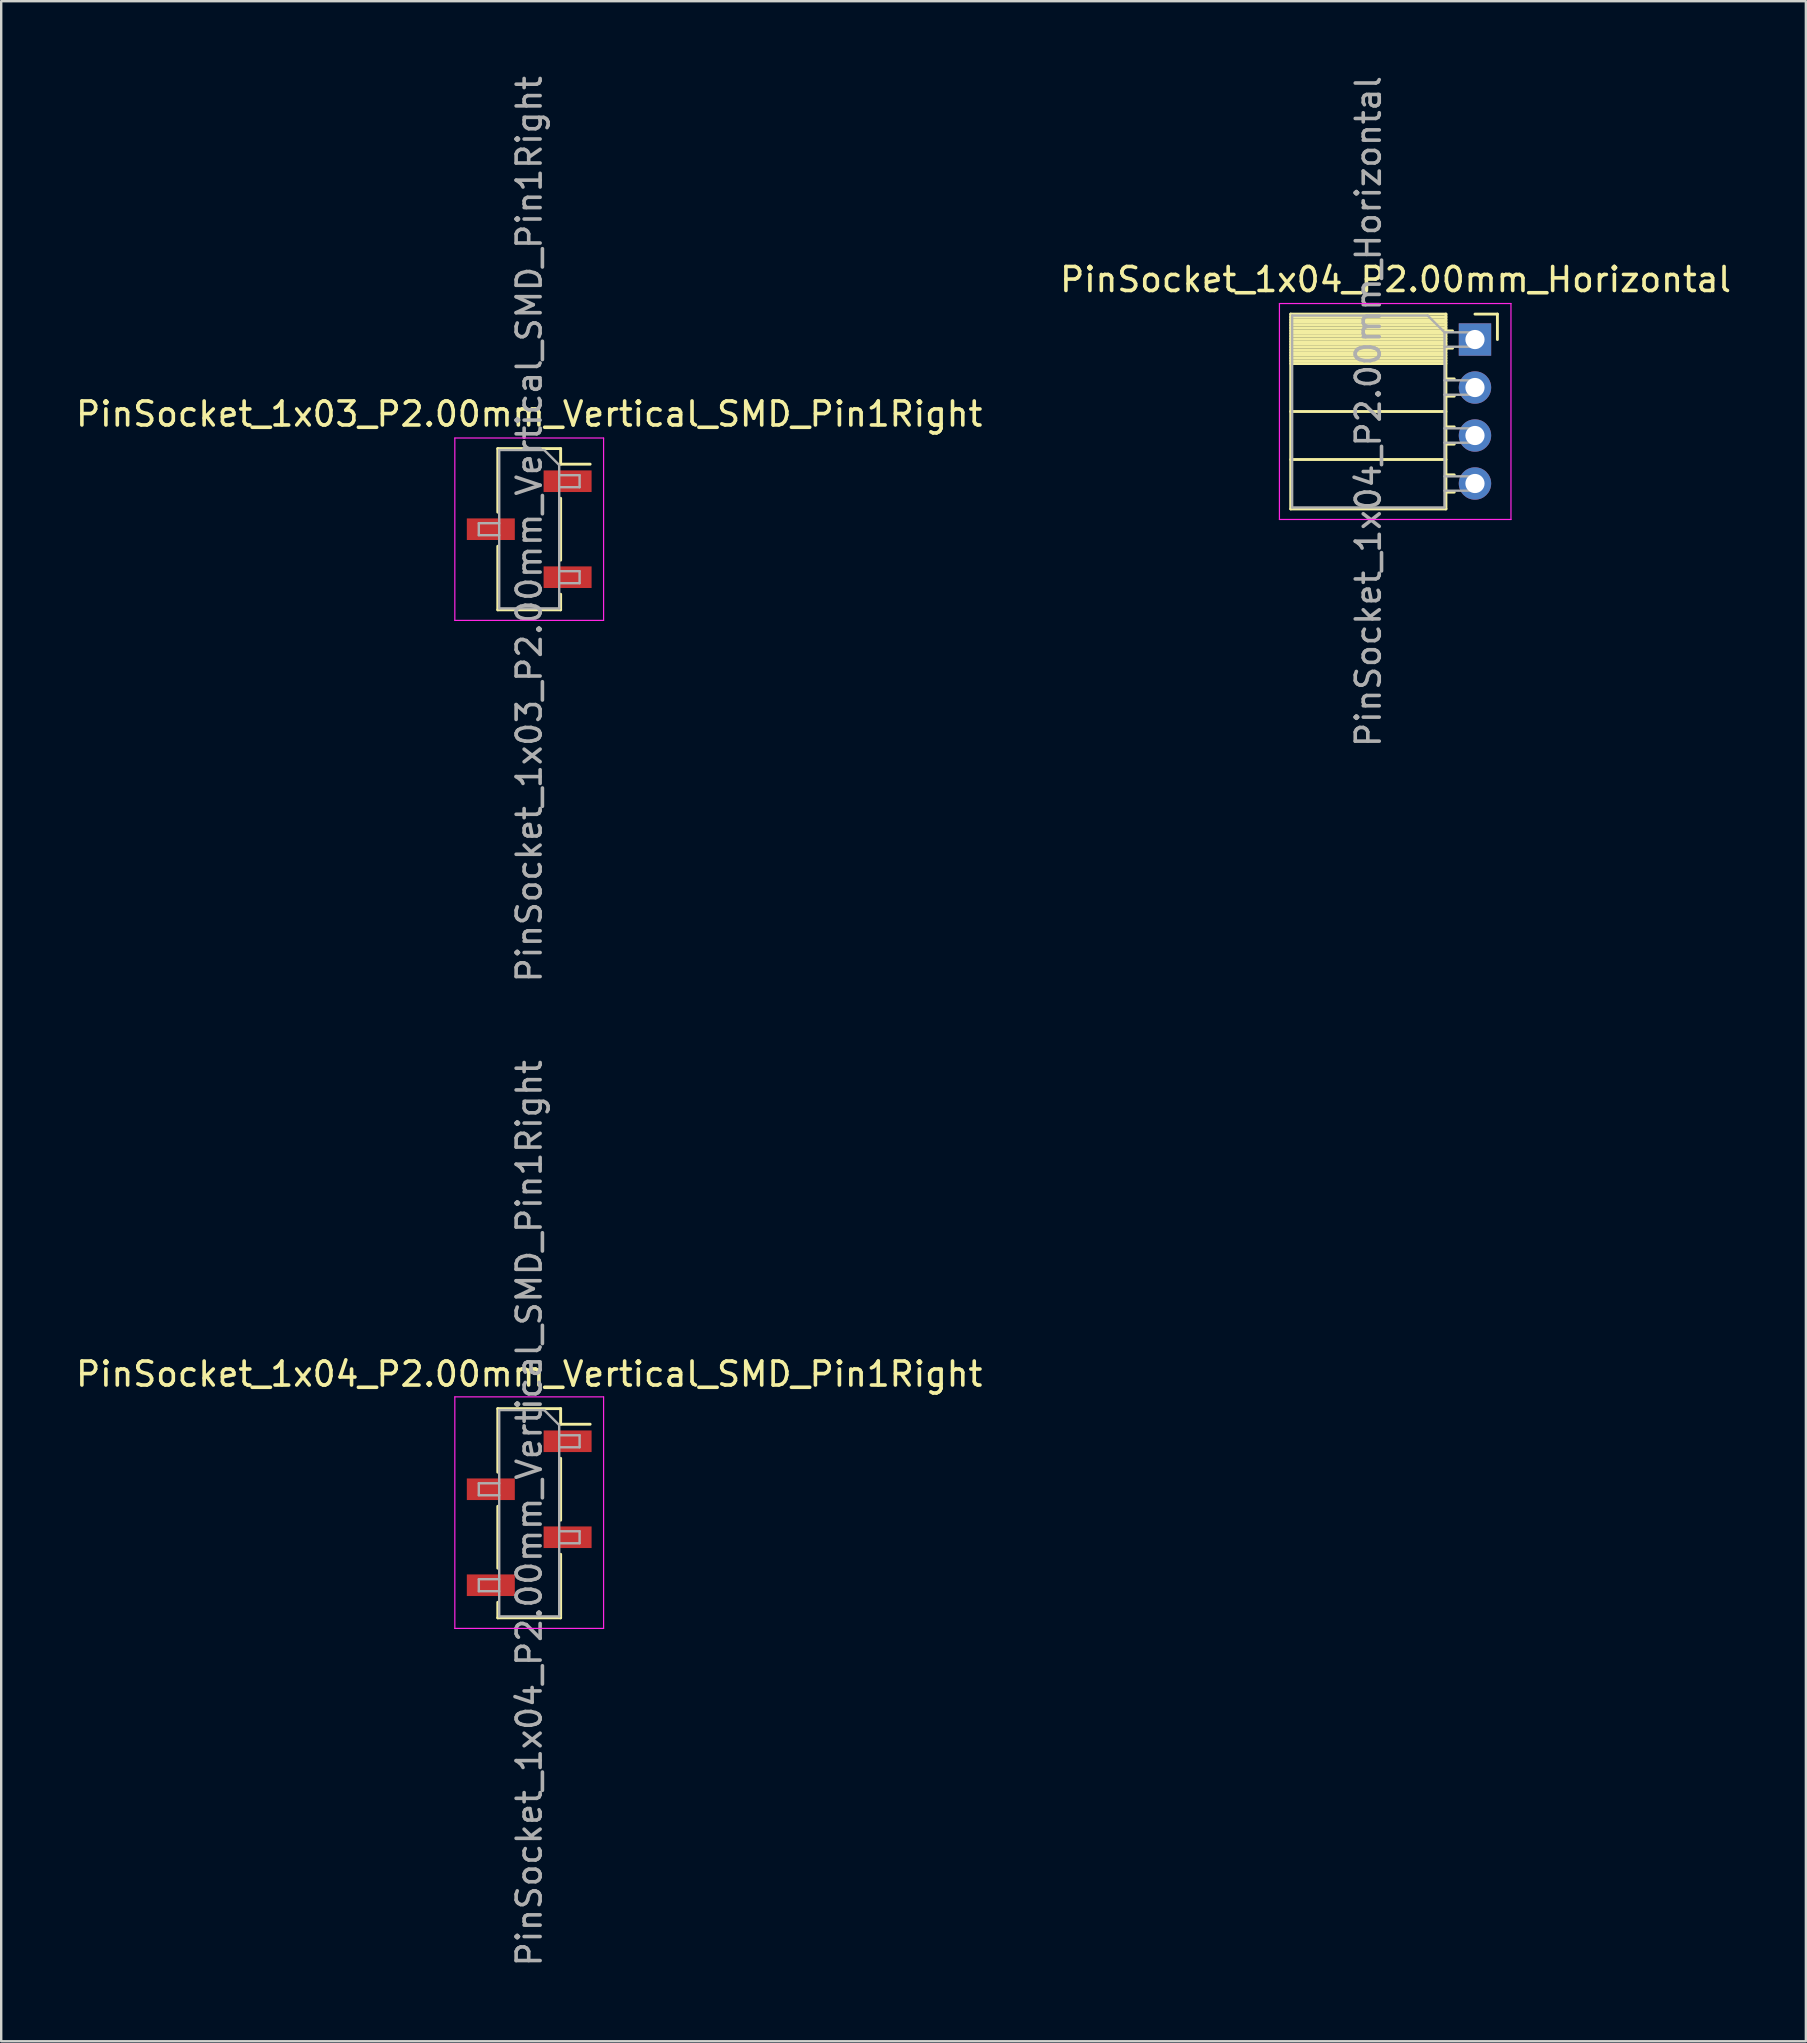
<source format=kicad_pcb>
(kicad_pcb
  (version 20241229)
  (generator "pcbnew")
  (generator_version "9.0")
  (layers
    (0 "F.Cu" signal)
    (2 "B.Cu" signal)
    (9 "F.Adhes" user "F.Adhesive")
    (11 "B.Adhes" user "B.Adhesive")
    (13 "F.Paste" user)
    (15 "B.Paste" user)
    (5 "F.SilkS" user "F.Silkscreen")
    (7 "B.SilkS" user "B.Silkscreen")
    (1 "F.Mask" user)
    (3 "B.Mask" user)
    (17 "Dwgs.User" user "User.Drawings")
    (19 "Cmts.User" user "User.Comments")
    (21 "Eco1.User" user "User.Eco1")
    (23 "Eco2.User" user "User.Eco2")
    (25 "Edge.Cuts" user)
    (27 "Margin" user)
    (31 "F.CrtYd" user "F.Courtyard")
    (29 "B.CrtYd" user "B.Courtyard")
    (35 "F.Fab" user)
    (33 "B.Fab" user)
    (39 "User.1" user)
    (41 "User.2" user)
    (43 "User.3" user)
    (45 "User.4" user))
  (footprint "PinSocket_1x04_P2.00mm_Vertical_SMD_Pin1Right"
    (layer "F.Cu")
    (at 19.006 60.018)
    (property "Reference" "PinSocket_1x04_P2.00mm_Vertical_SMD_Pin1Right" (at 0 -5.8 0) (layer "F.SilkS") (effects (font (size 1 1) (thickness 0.15))))
    (attr smd)
    (fp_line (start -1.31 -4.36) (end -1.31 -1.71) (stroke (width 0.12) (type solid)) (layer "F.SilkS"))
    (fp_line (start -1.31 -4.36) (end 1.31 -4.36) (stroke (width 0.12) (type solid)) (layer "F.SilkS"))
    (fp_line (start -1.31 -0.29) (end -1.31 2.29) (stroke (width 0.12) (type solid)) (layer "F.SilkS"))
    (fp_line (start -1.31 3.71) (end -1.31 4.36) (stroke (width 0.12) (type solid)) (layer "F.SilkS"))
    (fp_line (start -1.31 4.36) (end 1.31 4.36) (stroke (width 0.12) (type solid)) (layer "F.SilkS"))
    (fp_line (start 1.31 -4.36) (end 1.31 -3.71) (stroke (width 0.12) (type solid)) (layer "F.SilkS"))
    (fp_line (start 1.31 -3.71) (end 2.54 -3.71) (stroke (width 0.12) (type solid)) (layer "F.SilkS"))
    (fp_line (start 1.31 -2.29) (end 1.31 0.29) (stroke (width 0.12) (type solid)) (layer "F.SilkS"))
    (fp_line (start 1.31 1.71) (end 1.31 4.36) (stroke (width 0.12) (type solid)) (layer "F.SilkS"))
    (fp_line (start -3.1 -4.85) (end 3.1 -4.85) (stroke (width 0.05) (type solid)) (layer "F.CrtYd"))
    (fp_line (start -3.1 4.8) (end -3.1 -4.85) (stroke (width 0.05) (type solid)) (layer "F.CrtYd"))
    (fp_line (start 3.1 -4.85) (end 3.1 4.8) (stroke (width 0.05) (type solid)) (layer "F.CrtYd"))
    (fp_line (start 3.1 4.8) (end -3.1 4.8) (stroke (width 0.05) (type solid)) (layer "F.CrtYd"))
    (fp_line (start -2.1 -1.25) (end -1.25 -1.25) (stroke (width 0.1) (type solid)) (layer "F.Fab"))
    (fp_line (start -2.1 -0.75) (end -2.1 -1.25) (stroke (width 0.1) (type solid)) (layer "F.Fab"))
    (fp_line (start -2.1 2.75) (end -1.25 2.75) (stroke (width 0.1) (type solid)) (layer "F.Fab"))
    (fp_line (start -2.1 3.25) (end -2.1 2.75) (stroke (width 0.1) (type solid)) (layer "F.Fab"))
    (fp_line (start -1.25 -4.3) (end 0.625 -4.3) (stroke (width 0.1) (type solid)) (layer "F.Fab"))
    (fp_line (start -1.25 -0.75) (end -2.1 -0.75) (stroke (width 0.1) (type solid)) (layer "F.Fab"))
    (fp_line (start -1.25 3.25) (end -2.1 3.25) (stroke (width 0.1) (type solid)) (layer "F.Fab"))
    (fp_line (start -1.25 4.3) (end -1.25 -4.3) (stroke (width 0.1) (type solid)) (layer "F.Fab"))
    (fp_line (start 0.625 -4.3) (end 1.25 -3.675) (stroke (width 0.1) (type solid)) (layer "F.Fab"))
    (fp_line (start 1.25 -3.675) (end 1.25 4.3) (stroke (width 0.1) (type solid)) (layer "F.Fab"))
    (fp_line (start 1.25 -3.25) (end 2.1 -3.25) (stroke (width 0.1) (type solid)) (layer "F.Fab"))
    (fp_line (start 1.25 0.75) (end 2.1 0.75) (stroke (width 0.1) (type solid)) (layer "F.Fab"))
    (fp_line (start 1.25 4.3) (end -1.25 4.3) (stroke (width 0.1) (type solid)) (layer "F.Fab"))
    (fp_line (start 2.1 -3.25) (end 2.1 -2.75) (stroke (width 0.1) (type solid)) (layer "F.Fab"))
    (fp_line (start 2.1 -2.75) (end 1.25 -2.75) (stroke (width 0.1) (type solid)) (layer "F.Fab"))
    (fp_line (start 2.1 0.75) (end 2.1 1.25) (stroke (width 0.1) (type solid)) (layer "F.Fab"))
    (fp_line (start 2.1 1.25) (end 1.25 1.25) (stroke (width 0.1) (type solid)) (layer "F.Fab"))
    (fp_text user "${REFERENCE}" (at 0 0 90) (layer "F.Fab") (effects (font (size 1 1) (thickness 0.15))))
    (pad "1" smd rect (at 1.6 -3) (size 2 0.9) (layers "F.Cu" "F.Mask" "F.Paste"))
    (pad "2" smd rect (at -1.6 -1) (size 2 0.9) (layers "F.Cu" "F.Mask" "F.Paste"))
    (pad "3" smd rect (at 1.6 1) (size 2 0.9) (layers "F.Cu" "F.Mask" "F.Paste"))
    (pad "4" smd rect (at -1.6 3) (size 2 0.9) (layers "F.Cu" "F.Mask" "F.Paste")))
  (footprint "PinSocket_1x04_P2.00mm_Horizontal"
    (layer "F.Cu")
    (at 58.423 11.101)
    (property "Reference" "PinSocket_1x04_P2.00mm_Horizontal" (at -3.31 -2.5 0) (layer "F.SilkS") (effects (font (size 1 1) (thickness 0.15))))
    (attr through_hole)
    (fp_line (start -7.68 -1.06) (end -7.68 7.06) (stroke (width 0.12) (type solid)) (layer "F.SilkS"))
    (fp_line (start -7.68 -1.06) (end -1.21 -1.06) (stroke (width 0.12) (type solid)) (layer "F.SilkS"))
    (fp_line (start -7.68 -0.94) (end -1.21 -0.94) (stroke (width 0.12) (type solid)) (layer "F.SilkS"))
    (fp_line (start -7.68 -0.826) (end -1.21 -0.826) (stroke (width 0.12) (type solid)) (layer "F.SilkS"))
    (fp_line (start -7.68 -0.712) (end -1.21 -0.712) (stroke (width 0.12) (type solid)) (layer "F.SilkS"))
    (fp_line (start -7.68 -0.598) (end -1.21 -0.598) (stroke (width 0.12) (type solid)) (layer "F.SilkS"))
    (fp_line (start -7.68 -0.484) (end -1.21 -0.484) (stroke (width 0.12) (type solid)) (layer "F.SilkS"))
    (fp_line (start -7.68 -0.369) (end -1.21 -0.369) (stroke (width 0.12) (type solid)) (layer "F.SilkS"))
    (fp_line (start -7.68 -0.255) (end -1.21 -0.255) (stroke (width 0.12) (type solid)) (layer "F.SilkS"))
    (fp_line (start -7.68 -0.141) (end -1.21 -0.141) (stroke (width 0.12) (type solid)) (layer "F.SilkS"))
    (fp_line (start -7.68 -0.027) (end -1.21 -0.027) (stroke (width 0.12) (type solid)) (layer "F.SilkS"))
    (fp_line (start -7.68 0.087) (end -1.21 0.087) (stroke (width 0.12) (type solid)) (layer "F.SilkS"))
    (fp_line (start -7.68 0.201) (end -1.21 0.201) (stroke (width 0.12) (type solid)) (layer "F.SilkS"))
    (fp_line (start -7.68 0.315) (end -1.21 0.315) (stroke (width 0.12) (type solid)) (layer "F.SilkS"))
    (fp_line (start -7.68 0.429) (end -1.21 0.429) (stroke (width 0.12) (type solid)) (layer "F.SilkS"))
    (fp_line (start -7.68 0.544) (end -1.21 0.544) (stroke (width 0.12) (type solid)) (layer "F.SilkS"))
    (fp_line (start -7.68 0.658) (end -1.21 0.658) (stroke (width 0.12) (type solid)) (layer "F.SilkS"))
    (fp_line (start -7.68 0.772) (end -1.21 0.772) (stroke (width 0.12) (type solid)) (layer "F.SilkS"))
    (fp_line (start -7.68 0.886) (end -1.21 0.886) (stroke (width 0.12) (type solid)) (layer "F.SilkS"))
    (fp_line (start -7.68 1) (end -1.21 1) (stroke (width 0.12) (type solid)) (layer "F.SilkS"))
    (fp_line (start -7.68 3) (end -1.21 3) (stroke (width 0.12) (type solid)) (layer "F.SilkS"))
    (fp_line (start -7.68 5) (end -1.21 5) (stroke (width 0.12) (type solid)) (layer "F.SilkS"))
    (fp_line (start -7.68 7.06) (end -1.21 7.06) (stroke (width 0.12) (type solid)) (layer "F.SilkS"))
    (fp_line (start -1.21 -1.06) (end -1.21 7.06) (stroke (width 0.12) (type solid)) (layer "F.SilkS"))
    (fp_line (start -1.21 -0.36) (end -0.935 -0.36) (stroke (width 0.12) (type solid)) (layer "F.SilkS"))
    (fp_line (start -1.21 0.36) (end -0.935 0.36) (stroke (width 0.12) (type solid)) (layer "F.SilkS"))
    (fp_line (start -1.21 1.64) (end -0.863 1.64) (stroke (width 0.12) (type solid)) (layer "F.SilkS"))
    (fp_line (start -1.21 2.36) (end -0.863 2.36) (stroke (width 0.12) (type solid)) (layer "F.SilkS"))
    (fp_line (start -1.21 3.64) (end -0.863 3.64) (stroke (width 0.12) (type solid)) (layer "F.SilkS"))
    (fp_line (start -1.21 4.36) (end -0.863 4.36) (stroke (width 0.12) (type solid)) (layer "F.SilkS"))
    (fp_line (start -1.21 5.64) (end -0.863 5.64) (stroke (width 0.12) (type solid)) (layer "F.SilkS"))
    (fp_line (start -1.21 6.36) (end -0.863 6.36) (stroke (width 0.12) (type solid)) (layer "F.SilkS"))
    (fp_line (start 0 -1.06) (end 0.935 -1.06) (stroke (width 0.12) (type solid)) (layer "F.SilkS"))
    (fp_line (start 0.935 -1.06) (end 0.935 0) (stroke (width 0.12) (type solid)) (layer "F.SilkS"))
    (fp_line (start -8.15 -1.5) (end -8.15 7.5) (stroke (width 0.05) (type solid)) (layer "F.CrtYd"))
    (fp_line (start -8.15 7.5) (end 1.5 7.5) (stroke (width 0.05) (type solid)) (layer "F.CrtYd"))
    (fp_line (start 1.5 -1.5) (end -8.15 -1.5) (stroke (width 0.05) (type solid)) (layer "F.CrtYd"))
    (fp_line (start 1.5 7.5) (end 1.5 -1.5) (stroke (width 0.05) (type solid)) (layer "F.CrtYd"))
    (fp_line (start -7.62 -1) (end -1.97 -1) (stroke (width 0.1) (type solid)) (layer "F.Fab"))
    (fp_line (start -7.62 7) (end -7.62 -1) (stroke (width 0.1) (type solid)) (layer "F.Fab"))
    (fp_line (start -1.97 -1) (end -1.27 -0.3) (stroke (width 0.1) (type solid)) (layer "F.Fab"))
    (fp_line (start -1.27 -0.3) (end -1.27 7) (stroke (width 0.1) (type solid)) (layer "F.Fab"))
    (fp_line (start -1.27 0.3) (end 0 0.3) (stroke (width 0.1) (type solid)) (layer "F.Fab"))
    (fp_line (start -1.27 2.3) (end 0 2.3) (stroke (width 0.1) (type solid)) (layer "F.Fab"))
    (fp_line (start -1.27 4.3) (end 0 4.3) (stroke (width 0.1) (type solid)) (layer "F.Fab"))
    (fp_line (start -1.27 6.3) (end 0 6.3) (stroke (width 0.1) (type solid)) (layer "F.Fab"))
    (fp_line (start -1.27 7) (end -7.62 7) (stroke (width 0.1) (type solid)) (layer "F.Fab"))
    (fp_line (start 0 -0.3) (end -1.27 -0.3) (stroke (width 0.1) (type solid)) (layer "F.Fab"))
    (fp_line (start 0 0.3) (end 0 -0.3) (stroke (width 0.1) (type solid)) (layer "F.Fab"))
    (fp_line (start 0 1.7) (end -1.27 1.7) (stroke (width 0.1) (type solid)) (layer "F.Fab"))
    (fp_line (start 0 2.3) (end 0 1.7) (stroke (width 0.1) (type solid)) (layer "F.Fab"))
    (fp_line (start 0 3.7) (end -1.27 3.7) (stroke (width 0.1) (type solid)) (layer "F.Fab"))
    (fp_line (start 0 4.3) (end 0 3.7) (stroke (width 0.1) (type solid)) (layer "F.Fab"))
    (fp_line (start 0 5.7) (end -1.27 5.7) (stroke (width 0.1) (type solid)) (layer "F.Fab"))
    (fp_line (start 0 6.3) (end 0 5.7) (stroke (width 0.1) (type solid)) (layer "F.Fab"))
    (fp_text user "${REFERENCE}" (at -4.445 3 90) (layer "F.Fab") (effects (font (size 1 1) (thickness 0.15))))
    (pad "1" thru_hole rect (at 0 0) (size 1.35 1.35) (drill 0.8) (layers "*.Cu" "*.Mask"))
    (pad "2" thru_hole oval (at 0 2) (size 1.35 1.35) (drill 0.8) (layers "*.Cu" "*.Mask"))
    (pad "3" thru_hole oval (at 0 4) (size 1.35 1.35) (drill 0.8) (layers "*.Cu" "*.Mask"))
    (pad "4" thru_hole oval (at 0 6) (size 1.35 1.35) (drill 0.8) (layers "*.Cu" "*.Mask")))
  (footprint "PinSocket_1x03_P2.00mm_Vertical_SMD_Pin1Right"
    (layer "F.Cu")
    (at 19.006 19.006)
    (property "Reference" "PinSocket_1x03_P2.00mm_Vertical_SMD_Pin1Right" (at 0 -4.8 0) (layer "F.SilkS") (effects (font (size 1 1) (thickness 0.15))))
    (attr smd)
    (fp_line (start -1.31 -3.36) (end -1.31 -0.71) (stroke (width 0.12) (type solid)) (layer "F.SilkS"))
    (fp_line (start -1.31 -3.36) (end 1.31 -3.36) (stroke (width 0.12) (type solid)) (layer "F.SilkS"))
    (fp_line (start -1.31 0.71) (end -1.31 3.36) (stroke (width 0.12) (type solid)) (layer "F.SilkS"))
    (fp_line (start -1.31 3.36) (end 1.31 3.36) (stroke (width 0.12) (type solid)) (layer "F.SilkS"))
    (fp_line (start 1.31 -3.36) (end 1.31 -2.71) (stroke (width 0.12) (type solid)) (layer "F.SilkS"))
    (fp_line (start 1.31 -2.71) (end 2.54 -2.71) (stroke (width 0.12) (type solid)) (layer "F.SilkS"))
    (fp_line (start 1.31 -1.29) (end 1.31 1.29) (stroke (width 0.12) (type solid)) (layer "F.SilkS"))
    (fp_line (start 1.31 2.71) (end 1.31 3.36) (stroke (width 0.12) (type solid)) (layer "F.SilkS"))
    (fp_line (start -3.1 -3.8) (end 3.1 -3.8) (stroke (width 0.05) (type solid)) (layer "F.CrtYd"))
    (fp_line (start -3.1 3.8) (end -3.1 -3.8) (stroke (width 0.05) (type solid)) (layer "F.CrtYd"))
    (fp_line (start 3.1 -3.8) (end 3.1 3.8) (stroke (width 0.05) (type solid)) (layer "F.CrtYd"))
    (fp_line (start 3.1 3.8) (end -3.1 3.8) (stroke (width 0.05) (type solid)) (layer "F.CrtYd"))
    (fp_line (start -2.1 -0.25) (end -1.25 -0.25) (stroke (width 0.1) (type solid)) (layer "F.Fab"))
    (fp_line (start -2.1 0.25) (end -2.1 -0.25) (stroke (width 0.1) (type solid)) (layer "F.Fab"))
    (fp_line (start -1.25 -3.3) (end 0.625 -3.3) (stroke (width 0.1) (type solid)) (layer "F.Fab"))
    (fp_line (start -1.25 0.25) (end -2.1 0.25) (stroke (width 0.1) (type solid)) (layer "F.Fab"))
    (fp_line (start -1.25 3.3) (end -1.25 -3.3) (stroke (width 0.1) (type solid)) (layer "F.Fab"))
    (fp_line (start 0.625 -3.3) (end 1.25 -2.675) (stroke (width 0.1) (type solid)) (layer "F.Fab"))
    (fp_line (start 1.25 -2.675) (end 1.25 3.3) (stroke (width 0.1) (type solid)) (layer "F.Fab"))
    (fp_line (start 1.25 -2.25) (end 2.1 -2.25) (stroke (width 0.1) (type solid)) (layer "F.Fab"))
    (fp_line (start 1.25 1.75) (end 2.1 1.75) (stroke (width 0.1) (type solid)) (layer "F.Fab"))
    (fp_line (start 1.25 3.3) (end -1.25 3.3) (stroke (width 0.1) (type solid)) (layer "F.Fab"))
    (fp_line (start 2.1 -2.25) (end 2.1 -1.75) (stroke (width 0.1) (type solid)) (layer "F.Fab"))
    (fp_line (start 2.1 -1.75) (end 1.25 -1.75) (stroke (width 0.1) (type solid)) (layer "F.Fab"))
    (fp_line (start 2.1 1.75) (end 2.1 2.25) (stroke (width 0.1) (type solid)) (layer "F.Fab"))
    (fp_line (start 2.1 2.25) (end 1.25 2.25) (stroke (width 0.1) (type solid)) (layer "F.Fab"))
    (fp_text user "${REFERENCE}" (at 0 0 90) (layer "F.Fab") (effects (font (size 1 1) (thickness 0.15))))
    (pad "1" smd rect (at 1.6 -2) (size 2 0.9) (layers "F.Cu" "F.Mask" "F.Paste"))
    (pad "2" smd rect (at -1.6 0) (size 2 0.9) (layers "F.Cu" "F.Mask" "F.Paste"))
    (pad "3" smd rect (at 1.6 2) (size 2 0.9) (layers "F.Cu" "F.Mask" "F.Paste")))
  (gr_rect
    (start -3 -3)
    (end 72.214 82.024)
    (stroke (width 0.1) (type default))
    (fill no)
    (layer "Edge.Cuts")))
</source>
